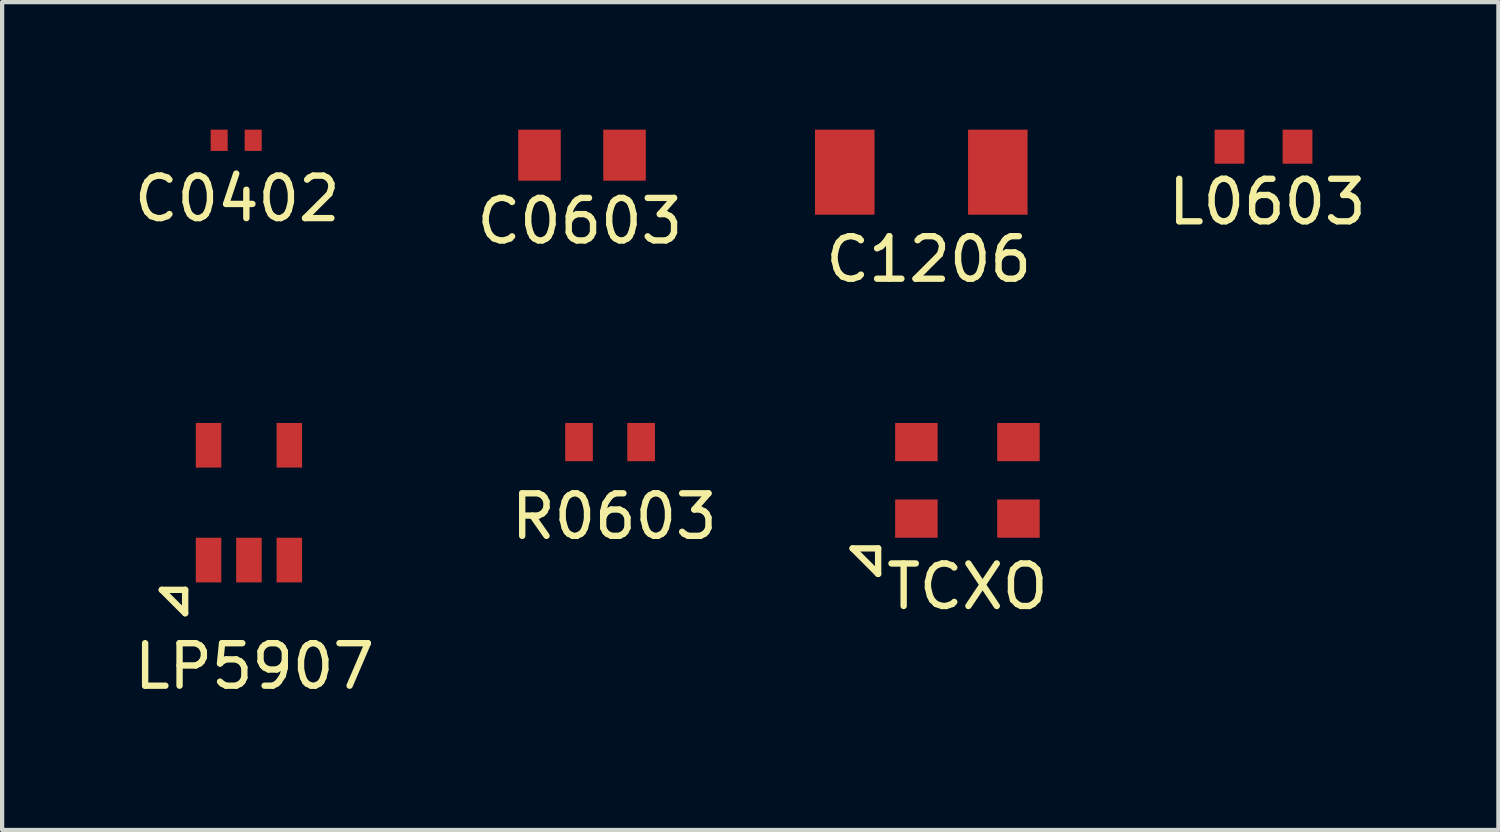
<source format=kicad_pcb>
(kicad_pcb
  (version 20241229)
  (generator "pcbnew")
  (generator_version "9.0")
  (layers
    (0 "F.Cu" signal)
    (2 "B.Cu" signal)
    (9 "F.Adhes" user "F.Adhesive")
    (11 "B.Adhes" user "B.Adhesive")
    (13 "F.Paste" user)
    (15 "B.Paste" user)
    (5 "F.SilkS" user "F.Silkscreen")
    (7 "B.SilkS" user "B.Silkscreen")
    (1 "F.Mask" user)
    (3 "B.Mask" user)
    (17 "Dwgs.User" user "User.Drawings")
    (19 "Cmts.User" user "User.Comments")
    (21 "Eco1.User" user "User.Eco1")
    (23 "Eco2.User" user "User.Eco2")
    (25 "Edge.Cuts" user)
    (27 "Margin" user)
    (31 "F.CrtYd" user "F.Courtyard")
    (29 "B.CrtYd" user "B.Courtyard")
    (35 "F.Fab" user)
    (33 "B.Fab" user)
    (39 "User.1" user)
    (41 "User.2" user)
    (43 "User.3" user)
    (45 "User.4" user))
  (footprint "L0603"
    (layer "F.Cu")
    (at 26.668 0.4)
    (property "Reference" "L0603" (at 0.09 1.3 0) (layer "F.SilkS") (effects (font (size 1 1) (thickness 0.15))))
    (attr through_hole)
    (pad "1" smd rect (at -0.8 0) (size 0.7 0.8) (layers "F.Cu" "F.Mask" "F.Paste"))
    (pad "2" smd rect (at 0.8 0) (size 0.7 0.8) (layers "F.Cu" "F.Mask" "F.Paste")))
  (footprint "R0603"
    (layer "F.Cu")
    (at 11.299 7.348)
    (property "Reference" "R0603" (at 0.1 1.75 0) (layer "F.SilkS") (effects (font (size 1 1) (thickness 0.15))))
    (attr through_hole)
    (pad "1" smd rect (at -0.73 0) (size 0.65 0.9) (layers "F.Cu" "F.Mask" "F.Paste"))
    (pad "2" smd rect (at 0.73 0) (size 0.65 0.9) (layers "F.Cu" "F.Mask" "F.Paste")))
  (footprint "C0402"
    (layer "F.Cu")
    (at 2.505 0.25)
    (property "Reference" "C0402" (at 0.025 1.375 0) (layer "F.SilkS") (effects (font (size 1 1) (thickness 0.15))))
    (attr smd)
    (pad "1" smd rect (at -0.4 0) (size 0.4 0.5) (layers "F.Cu" "F.Mask" "F.Paste"))
    (pad "2" smd rect (at 0.4 0) (size 0.4 0.5) (layers "F.Cu" "F.Mask" "F.Paste")))
  (footprint "LP5907"
    (layer "F.Cu")
    (at 2.805 8.773)
    (property "Reference" "LP5907" (at 0.13 3.85 0) (layer "F.SilkS") (effects (font (size 1 1) (thickness 0.15))))
    (attr through_hole)
    (fp_line (start -2.05 2.05) (end -1.5 2.05) (stroke (width 0.15) (type solid)) (layer "F.SilkS"))
    (fp_line (start -1.5 2.05) (end -1.5 2.6) (stroke (width 0.15) (type solid)) (layer "F.SilkS"))
    (fp_line (start -1.5 2.6) (end -2.05 2.05) (stroke (width 0.15) (type solid)) (layer "F.SilkS"))
    (pad "1" smd rect (at -0.95 1.35) (size 0.6 1.05) (layers "F.Cu" "F.Mask" "F.Paste"))
    (pad "2" smd rect (at 0 1.35) (size 0.6 1.05) (layers "F.Cu" "F.Mask" "F.Paste"))
    (pad "3" smd rect (at 0.95 1.35) (size 0.6 1.05) (layers "F.Cu" "F.Mask" "F.Paste"))
    (pad "4" smd rect (at 0.95 -1.35) (size 0.6 1.05) (layers "F.Cu" "F.Mask" "F.Paste"))
    (pad "5" smd rect (at -0.95 -1.35) (size 0.6 1.05) (layers "F.Cu" "F.Mask" "F.Paste")))
  (footprint "C0603"
    (layer "F.Cu")
    (at 10.639 0.6)
    (property "Reference" "C0603" (at -0.05 1.55 0) (layer "F.SilkS") (effects (font (size 1 1) (thickness 0.15))))
    (attr through_hole)
    (pad "1" smd rect (at -1 0) (size 1 1.2) (layers "F.Cu" "F.Mask" "F.Paste"))
    (pad "2" smd rect (at 1 0) (size 1 1.2) (layers "F.Cu" "F.Mask" "F.Paste")))
  (footprint "TCXO"
    (layer "F.Cu")
    (at 19.704 8.248)
    (property "Reference" "TCXO" (at 0 2.5 0) (layer "F.SilkS") (effects (font (size 1 1) (thickness 0.15))))
    (attr through_hole)
    (fp_line (start -2.7 1.6) (end -2.1 1.6) (stroke (width 0.15) (type solid)) (layer "F.SilkS"))
    (fp_line (start -2.1 1.6) (end -2.1 2.2) (stroke (width 0.15) (type solid)) (layer "F.SilkS"))
    (fp_line (start -2.1 2.2) (end -2.7 1.6) (stroke (width 0.15) (type solid)) (layer "F.SilkS"))
    (pad "1" smd rect (at -1.2 0.9) (size 1 0.9) (layers "F.Cu" "F.Mask" "F.Paste"))
    (pad "2" smd rect (at 1.2 0.9) (size 1 0.9) (layers "F.Cu" "F.Mask" "F.Paste"))
    (pad "3" smd rect (at 1.2 -0.9) (size 1 0.9) (layers "F.Cu" "F.Mask" "F.Paste"))
    (pad "4" smd rect (at -1.2 -0.9) (size 1 0.9) (layers "F.Cu" "F.Mask" "F.Paste")))
  (footprint "C1206"
    (layer "F.Cu")
    (at 18.619 1)
    (property "Reference" "C1206" (at 0.175 2.05 0) (layer "F.SilkS") (effects (font (size 1 1) (thickness 0.15))))
    (attr through_hole)
    (pad "1" smd rect (at -1.8 0) (size 1.4 2) (layers "F.Cu" "F.Mask" "F.Paste"))
    (pad "2" smd rect (at 1.8 0) (size 1.4 2) (layers "F.Cu" "F.Mask" "F.Paste")))
  (gr_rect
    (start -3 -3)
    (end 32.193 16.471)
    (stroke (width 0.1) (type default))
    (fill no)
    (layer "Edge.Cuts")))
</source>
